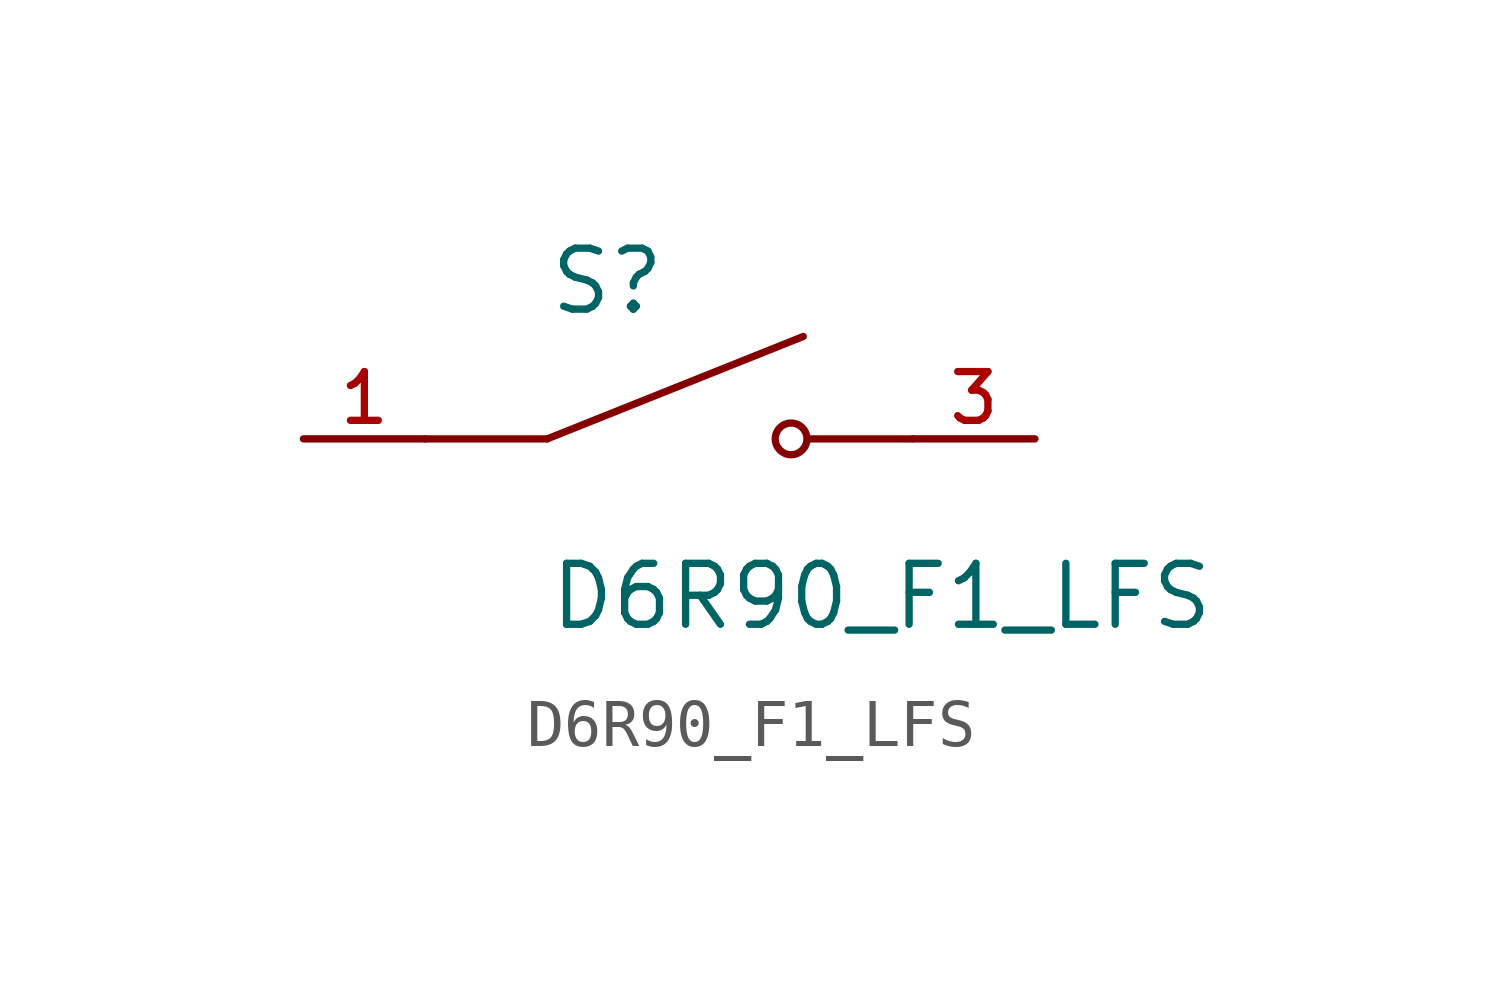
<source format=kicad_sym>
(kicad_symbol_lib
  (version 20211014)
  (generator kicad_symbol_editor)
  (symbol "D6R90_F1_LFS"
    (pin_names
      (offset 1.016))
    (property "Reference" "S"
      (at -2.54 2.54 0)
      (effects (font (size 1.27 1.27)) (justify bottom left)))
    (property "Value" "D6R90_F1_LFS"
      (at -2.54 -2.54 0)
      (effects (font (size 1.27 1.27)) (justify top left)))
    (symbol "D6R90_F1_LFS_0_0"
      (polyline (pts (xy -2.54 0.0) (xy 2.794 2.134)) (stroke (width 0.152)))
      (circle (center 2.54 0.0) (radius 0.33) (stroke (width 0.152)) (fill (type none)))
      (polyline (pts (xy 5.08 0.0) (xy 2.921 0.0)) (stroke (width 0.152)))
      (polyline (pts (xy -2.54 0.0) (xy -5.08 0.0)) (stroke (width 0.152)))
      (pin passive line (at -7.62 0.0 0) (length 2.54) (name "~" (effects (font (size 1.016 1.016)))) (number "1" (effects (font (size 1.016 1.016)))))
      (pin passive line (at 7.62 0.0 180.0) (length 2.54) (name "~" (effects (font (size 1.016 1.016)))) (number "3" (effects (font (size 1.016 1.016))))))))
</source>
